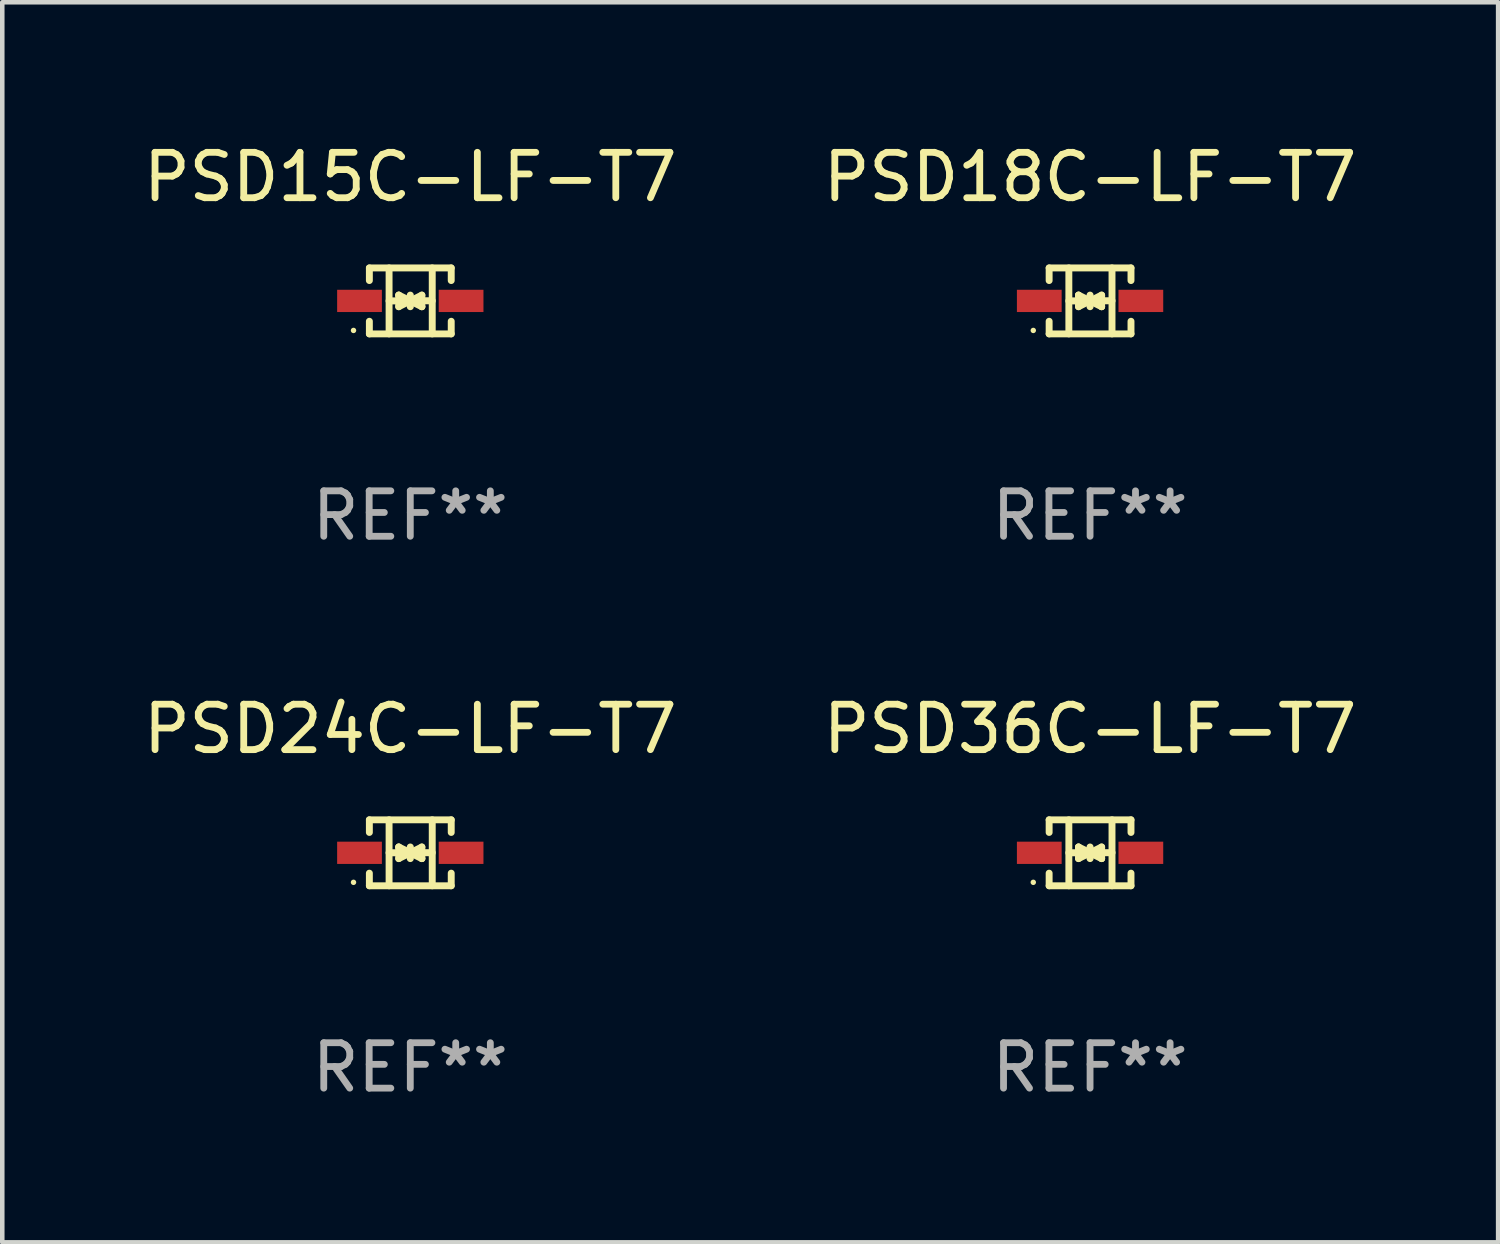
<source format=kicad_pcb>
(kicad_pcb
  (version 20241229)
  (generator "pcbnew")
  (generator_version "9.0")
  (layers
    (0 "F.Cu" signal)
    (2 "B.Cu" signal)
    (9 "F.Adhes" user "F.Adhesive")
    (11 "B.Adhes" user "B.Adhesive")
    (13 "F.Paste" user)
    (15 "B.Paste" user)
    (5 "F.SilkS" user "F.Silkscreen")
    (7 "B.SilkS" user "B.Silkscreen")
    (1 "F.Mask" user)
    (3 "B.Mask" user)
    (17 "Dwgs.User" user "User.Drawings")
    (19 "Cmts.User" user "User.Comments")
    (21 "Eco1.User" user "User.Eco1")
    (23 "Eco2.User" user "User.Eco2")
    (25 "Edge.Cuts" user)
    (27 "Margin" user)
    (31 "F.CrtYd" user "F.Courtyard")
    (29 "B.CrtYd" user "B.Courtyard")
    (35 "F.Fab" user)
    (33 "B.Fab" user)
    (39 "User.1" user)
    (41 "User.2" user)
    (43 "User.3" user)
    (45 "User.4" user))
  (footprint "PSD15C-LF-T7"
    (layer "F.Cu")
    (at 5.982 3.574)
    (property "Reference" "PSD15C-LF-T7" (at 0 -2.726 0) (layer "F.SilkS") (effects (font (size 1 1) (thickness 0.15))))
    (attr through_hole)
    (fp_line (start -0.901 -0.726) (end -0.901 -0.448) (stroke (width 0.152) (type solid)) (layer "F.SilkS"))
    (fp_line (start -0.901 0.726) (end -0.901 0.448) (stroke (width 0.152) (type solid)) (layer "F.SilkS"))
    (fp_line (start -0.467 0) (end 0.483 -0.003) (stroke (width 0.154) (type solid)) (layer "F.SilkS"))
    (fp_line (start -0.467 0.726) (end -0.467 -0.726) (stroke (width 0.152) (type solid)) (layer "F.SilkS"))
    (fp_line (start -0.254 -0.127) (end -0.254 -0.127) (stroke (width 0.154) (type solid)) (layer "F.SilkS"))
    (fp_line (start -0.254 -0.127) (end -0.002 -0.003) (stroke (width 0.154) (type solid)) (layer "F.SilkS"))
    (fp_line (start -0.254 0.127) (end -0.254 -0.127) (stroke (width 0.154) (type solid)) (layer "F.SilkS"))
    (fp_line (start -0.127 0) (end 0.003 0) (stroke (width 0.154) (type solid)) (layer "F.SilkS"))
    (fp_line (start -0.003 0) (end -0.254 0.127) (stroke (width 0.154) (type solid)) (layer "F.SilkS"))
    (fp_line (start 0 -0.127) (end 0 0.127) (stroke (width 0.154) (type solid)) (layer "F.SilkS"))
    (fp_line (start 0.003 0) (end 0.254 -0.127) (stroke (width 0.154) (type solid)) (layer "F.SilkS"))
    (fp_line (start 0.127 0) (end -0.003 0) (stroke (width 0.154) (type solid)) (layer "F.SilkS"))
    (fp_line (start 0.254 -0.127) (end 0.254 0.127) (stroke (width 0.154) (type solid)) (layer "F.SilkS"))
    (fp_line (start 0.254 0.127) (end 0.002 0.003) (stroke (width 0.154) (type solid)) (layer "F.SilkS"))
    (fp_line (start 0.254 0.127) (end 0.254 0.127) (stroke (width 0.154) (type solid)) (layer "F.SilkS"))
    (fp_line (start 0.483 0.726) (end 0.483 -0.726) (stroke (width 0.152) (type solid)) (layer "F.SilkS"))
    (fp_line (start 0.901 -0.726) (end -0.901 -0.726) (stroke (width 0.152) (type solid)) (layer "F.SilkS"))
    (fp_line (start 0.901 -0.726) (end 0.901 -0.448) (stroke (width 0.152) (type solid)) (layer "F.SilkS"))
    (fp_line (start 0.901 0.726) (end -0.901 0.726) (stroke (width 0.152) (type solid)) (layer "F.SilkS"))
    (fp_line (start 0.901 0.726) (end 0.901 0.448) (stroke (width 0.152) (type solid)) (layer "F.SilkS"))
    (fp_circle (center -1.25 0.65) (end -1.22 0.65) (stroke (width 0.06) (type solid)) (fill no) (layer "F.SilkS"))
    (fp_text user "REF**" (at 0 4.726 0) (layer "F.Fab") (effects (font (size 1 1) (thickness 0.15))))
    (pad "1" smd rect (at -1.118 0) (size 0.985 0.49) (layers "F.Cu" "F.Mask" "F.Paste"))
    (pad "2" smd rect (at 1.118 0) (size 0.985 0.49) (layers "F.Cu" "F.Mask" "F.Paste")))
  (footprint "PSD36C-LF-T7"
    (layer "F.Cu")
    (at 20.946 15.723)
    (property "Reference" "PSD36C-LF-T7" (at 0 -2.726 0) (layer "F.SilkS") (effects (font (size 1 1) (thickness 0.15))))
    (attr through_hole)
    (fp_line (start -0.901 -0.726) (end -0.901 -0.448) (stroke (width 0.152) (type solid)) (layer "F.SilkS"))
    (fp_line (start -0.901 0.726) (end -0.901 0.448) (stroke (width 0.152) (type solid)) (layer "F.SilkS"))
    (fp_line (start -0.467 0) (end 0.483 -0.003) (stroke (width 0.154) (type solid)) (layer "F.SilkS"))
    (fp_line (start -0.467 0.726) (end -0.467 -0.726) (stroke (width 0.152) (type solid)) (layer "F.SilkS"))
    (fp_line (start -0.254 -0.127) (end -0.254 -0.127) (stroke (width 0.154) (type solid)) (layer "F.SilkS"))
    (fp_line (start -0.254 -0.127) (end -0.002 -0.003) (stroke (width 0.154) (type solid)) (layer "F.SilkS"))
    (fp_line (start -0.254 0.127) (end -0.254 -0.127) (stroke (width 0.154) (type solid)) (layer "F.SilkS"))
    (fp_line (start -0.127 0) (end 0.003 0) (stroke (width 0.154) (type solid)) (layer "F.SilkS"))
    (fp_line (start -0.003 0) (end -0.254 0.127) (stroke (width 0.154) (type solid)) (layer "F.SilkS"))
    (fp_line (start 0 -0.127) (end 0 0.127) (stroke (width 0.154) (type solid)) (layer "F.SilkS"))
    (fp_line (start 0.003 0) (end 0.254 -0.127) (stroke (width 0.154) (type solid)) (layer "F.SilkS"))
    (fp_line (start 0.127 0) (end -0.003 0) (stroke (width 0.154) (type solid)) (layer "F.SilkS"))
    (fp_line (start 0.254 -0.127) (end 0.254 0.127) (stroke (width 0.154) (type solid)) (layer "F.SilkS"))
    (fp_line (start 0.254 0.127) (end 0.002 0.003) (stroke (width 0.154) (type solid)) (layer "F.SilkS"))
    (fp_line (start 0.254 0.127) (end 0.254 0.127) (stroke (width 0.154) (type solid)) (layer "F.SilkS"))
    (fp_line (start 0.483 0.726) (end 0.483 -0.726) (stroke (width 0.152) (type solid)) (layer "F.SilkS"))
    (fp_line (start 0.901 -0.726) (end -0.901 -0.726) (stroke (width 0.152) (type solid)) (layer "F.SilkS"))
    (fp_line (start 0.901 -0.726) (end 0.901 -0.448) (stroke (width 0.152) (type solid)) (layer "F.SilkS"))
    (fp_line (start 0.901 0.726) (end -0.901 0.726) (stroke (width 0.152) (type solid)) (layer "F.SilkS"))
    (fp_line (start 0.901 0.726) (end 0.901 0.448) (stroke (width 0.152) (type solid)) (layer "F.SilkS"))
    (fp_circle (center -1.25 0.65) (end -1.22 0.65) (stroke (width 0.06) (type solid)) (fill no) (layer "F.SilkS"))
    (fp_text user "REF**" (at 0 4.726 0) (layer "F.Fab") (effects (font (size 1 1) (thickness 0.15))))
    (pad "1" smd rect (at -1.118 0) (size 0.985 0.49) (layers "F.Cu" "F.Mask" "F.Paste"))
    (pad "2" smd rect (at 1.118 0) (size 0.985 0.49) (layers "F.Cu" "F.Mask" "F.Paste")))
  (footprint "PSD24C-LF-T7"
    (layer "F.Cu")
    (at 5.982 15.723)
    (property "Reference" "PSD24C-LF-T7" (at 0 -2.726 0) (layer "F.SilkS") (effects (font (size 1 1) (thickness 0.15))))
    (attr through_hole)
    (fp_line (start -0.901 -0.726) (end -0.901 -0.448) (stroke (width 0.152) (type solid)) (layer "F.SilkS"))
    (fp_line (start -0.901 0.726) (end -0.901 0.448) (stroke (width 0.152) (type solid)) (layer "F.SilkS"))
    (fp_line (start -0.467 0) (end 0.483 -0.003) (stroke (width 0.154) (type solid)) (layer "F.SilkS"))
    (fp_line (start -0.467 0.726) (end -0.467 -0.726) (stroke (width 0.152) (type solid)) (layer "F.SilkS"))
    (fp_line (start -0.254 -0.127) (end -0.254 -0.127) (stroke (width 0.154) (type solid)) (layer "F.SilkS"))
    (fp_line (start -0.254 -0.127) (end -0.002 -0.003) (stroke (width 0.154) (type solid)) (layer "F.SilkS"))
    (fp_line (start -0.254 0.127) (end -0.254 -0.127) (stroke (width 0.154) (type solid)) (layer "F.SilkS"))
    (fp_line (start -0.127 0) (end 0.003 0) (stroke (width 0.154) (type solid)) (layer "F.SilkS"))
    (fp_line (start -0.003 0) (end -0.254 0.127) (stroke (width 0.154) (type solid)) (layer "F.SilkS"))
    (fp_line (start 0 -0.127) (end 0 0.127) (stroke (width 0.154) (type solid)) (layer "F.SilkS"))
    (fp_line (start 0.003 0) (end 0.254 -0.127) (stroke (width 0.154) (type solid)) (layer "F.SilkS"))
    (fp_line (start 0.127 0) (end -0.003 0) (stroke (width 0.154) (type solid)) (layer "F.SilkS"))
    (fp_line (start 0.254 -0.127) (end 0.254 0.127) (stroke (width 0.154) (type solid)) (layer "F.SilkS"))
    (fp_line (start 0.254 0.127) (end 0.002 0.003) (stroke (width 0.154) (type solid)) (layer "F.SilkS"))
    (fp_line (start 0.254 0.127) (end 0.254 0.127) (stroke (width 0.154) (type solid)) (layer "F.SilkS"))
    (fp_line (start 0.483 0.726) (end 0.483 -0.726) (stroke (width 0.152) (type solid)) (layer "F.SilkS"))
    (fp_line (start 0.901 -0.726) (end -0.901 -0.726) (stroke (width 0.152) (type solid)) (layer "F.SilkS"))
    (fp_line (start 0.901 -0.726) (end 0.901 -0.448) (stroke (width 0.152) (type solid)) (layer "F.SilkS"))
    (fp_line (start 0.901 0.726) (end -0.901 0.726) (stroke (width 0.152) (type solid)) (layer "F.SilkS"))
    (fp_line (start 0.901 0.726) (end 0.901 0.448) (stroke (width 0.152) (type solid)) (layer "F.SilkS"))
    (fp_circle (center -1.25 0.65) (end -1.22 0.65) (stroke (width 0.06) (type solid)) (fill no) (layer "F.SilkS"))
    (fp_text user "REF**" (at 0 4.726 0) (layer "F.Fab") (effects (font (size 1 1) (thickness 0.15))))
    (pad "1" smd rect (at -1.118 0) (size 0.985 0.49) (layers "F.Cu" "F.Mask" "F.Paste"))
    (pad "2" smd rect (at 1.118 0) (size 0.985 0.49) (layers "F.Cu" "F.Mask" "F.Paste")))
  (footprint "PSD18C-LF-T7"
    (layer "F.Cu")
    (at 20.946 3.574)
    (property "Reference" "PSD18C-LF-T7" (at 0 -2.726 0) (layer "F.SilkS") (effects (font (size 1 1) (thickness 0.15))))
    (attr through_hole)
    (fp_line (start -0.901 -0.726) (end -0.901 -0.448) (stroke (width 0.152) (type solid)) (layer "F.SilkS"))
    (fp_line (start -0.901 0.726) (end -0.901 0.448) (stroke (width 0.152) (type solid)) (layer "F.SilkS"))
    (fp_line (start -0.467 0) (end 0.483 -0.003) (stroke (width 0.154) (type solid)) (layer "F.SilkS"))
    (fp_line (start -0.467 0.726) (end -0.467 -0.726) (stroke (width 0.152) (type solid)) (layer "F.SilkS"))
    (fp_line (start -0.254 -0.127) (end -0.254 -0.127) (stroke (width 0.154) (type solid)) (layer "F.SilkS"))
    (fp_line (start -0.254 -0.127) (end -0.002 -0.003) (stroke (width 0.154) (type solid)) (layer "F.SilkS"))
    (fp_line (start -0.254 0.127) (end -0.254 -0.127) (stroke (width 0.154) (type solid)) (layer "F.SilkS"))
    (fp_line (start -0.127 0) (end 0.003 0) (stroke (width 0.154) (type solid)) (layer "F.SilkS"))
    (fp_line (start -0.003 0) (end -0.254 0.127) (stroke (width 0.154) (type solid)) (layer "F.SilkS"))
    (fp_line (start 0 -0.127) (end 0 0.127) (stroke (width 0.154) (type solid)) (layer "F.SilkS"))
    (fp_line (start 0.003 0) (end 0.254 -0.127) (stroke (width 0.154) (type solid)) (layer "F.SilkS"))
    (fp_line (start 0.127 0) (end -0.003 0) (stroke (width 0.154) (type solid)) (layer "F.SilkS"))
    (fp_line (start 0.254 -0.127) (end 0.254 0.127) (stroke (width 0.154) (type solid)) (layer "F.SilkS"))
    (fp_line (start 0.254 0.127) (end 0.002 0.003) (stroke (width 0.154) (type solid)) (layer "F.SilkS"))
    (fp_line (start 0.254 0.127) (end 0.254 0.127) (stroke (width 0.154) (type solid)) (layer "F.SilkS"))
    (fp_line (start 0.483 0.726) (end 0.483 -0.726) (stroke (width 0.152) (type solid)) (layer "F.SilkS"))
    (fp_line (start 0.901 -0.726) (end -0.901 -0.726) (stroke (width 0.152) (type solid)) (layer "F.SilkS"))
    (fp_line (start 0.901 -0.726) (end 0.901 -0.448) (stroke (width 0.152) (type solid)) (layer "F.SilkS"))
    (fp_line (start 0.901 0.726) (end -0.901 0.726) (stroke (width 0.152) (type solid)) (layer "F.SilkS"))
    (fp_line (start 0.901 0.726) (end 0.901 0.448) (stroke (width 0.152) (type solid)) (layer "F.SilkS"))
    (fp_circle (center -1.25 0.65) (end -1.22 0.65) (stroke (width 0.06) (type solid)) (fill no) (layer "F.SilkS"))
    (fp_text user "REF**" (at 0 4.726 0) (layer "F.Fab") (effects (font (size 1 1) (thickness 0.15))))
    (pad "1" smd rect (at -1.118 0) (size 0.985 0.49) (layers "F.Cu" "F.Mask" "F.Paste"))
    (pad "2" smd rect (at 1.118 0) (size 0.985 0.49) (layers "F.Cu" "F.Mask" "F.Paste")))
  (gr_rect
    (start -3 -3)
    (end 29.929 24.298)
    (stroke (width 0.1) (type default))
    (fill no)
    (layer "Edge.Cuts")))
</source>
